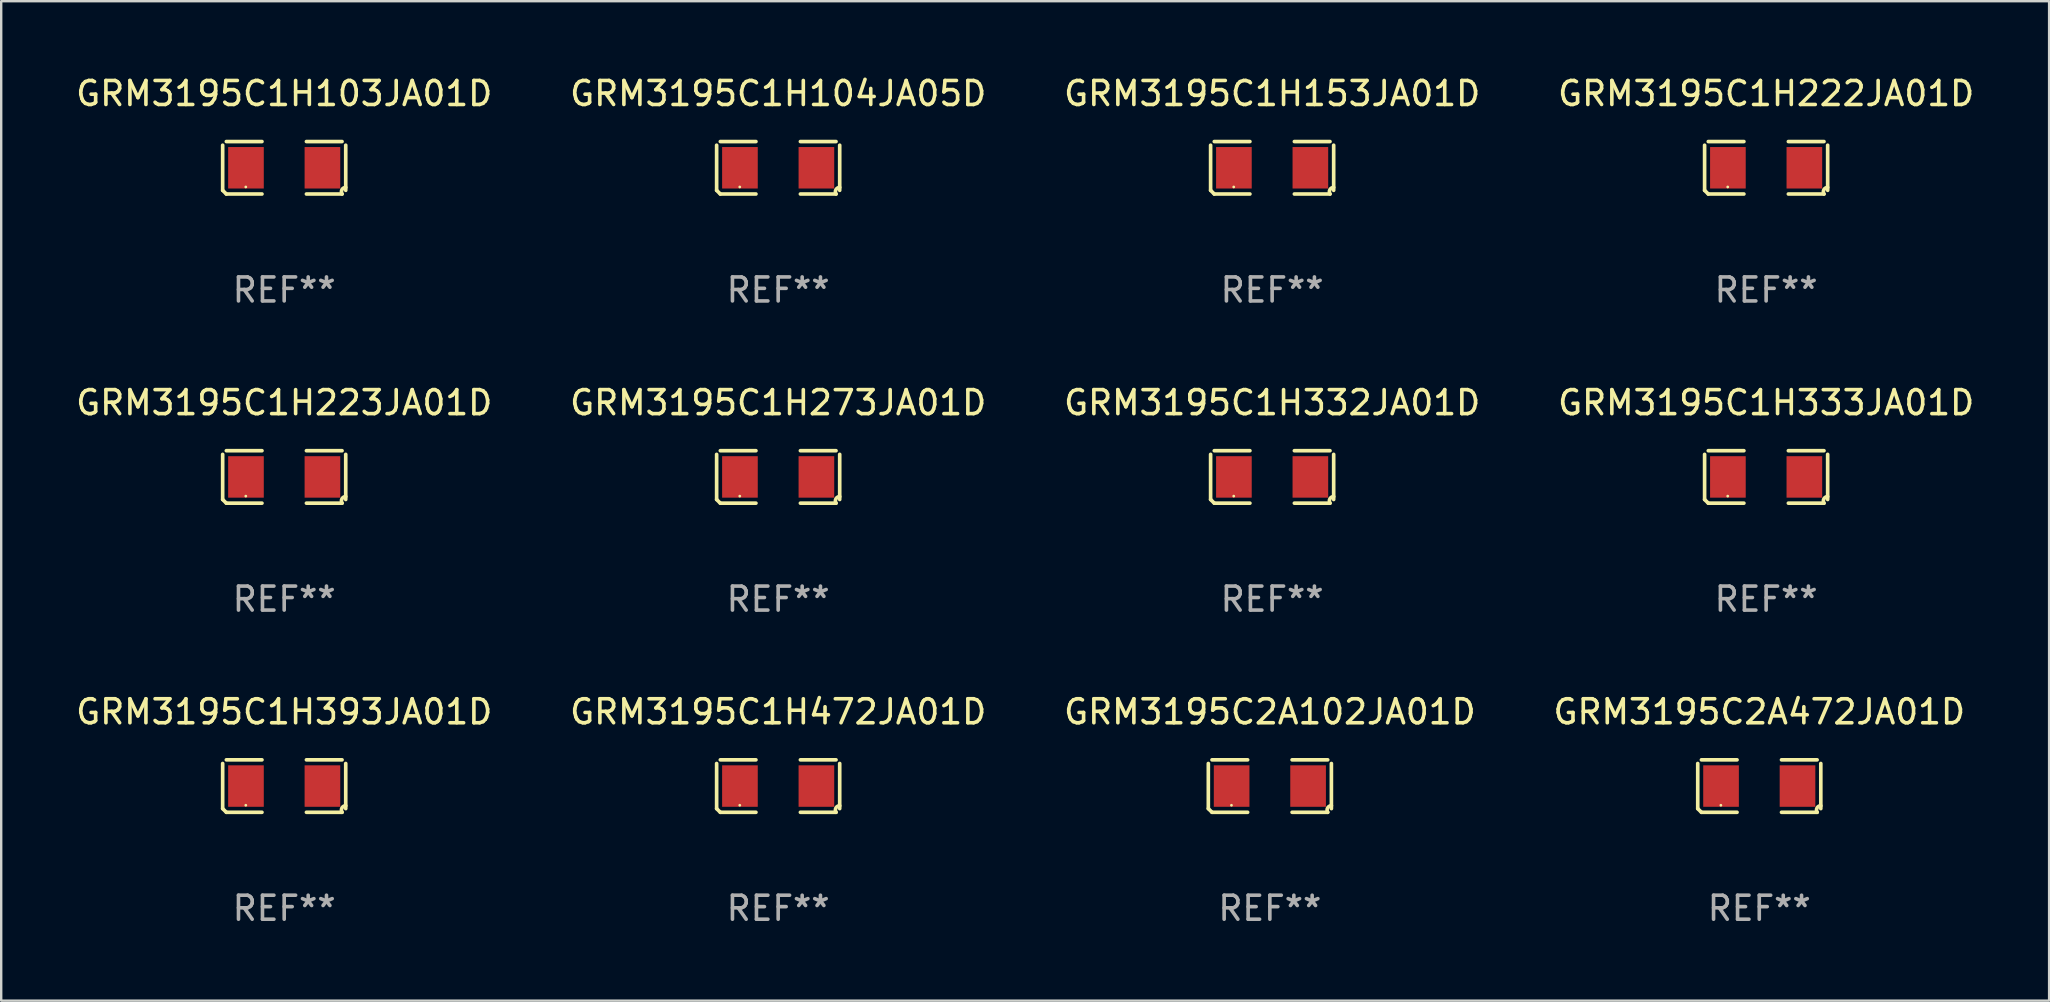
<source format=kicad_pcb>
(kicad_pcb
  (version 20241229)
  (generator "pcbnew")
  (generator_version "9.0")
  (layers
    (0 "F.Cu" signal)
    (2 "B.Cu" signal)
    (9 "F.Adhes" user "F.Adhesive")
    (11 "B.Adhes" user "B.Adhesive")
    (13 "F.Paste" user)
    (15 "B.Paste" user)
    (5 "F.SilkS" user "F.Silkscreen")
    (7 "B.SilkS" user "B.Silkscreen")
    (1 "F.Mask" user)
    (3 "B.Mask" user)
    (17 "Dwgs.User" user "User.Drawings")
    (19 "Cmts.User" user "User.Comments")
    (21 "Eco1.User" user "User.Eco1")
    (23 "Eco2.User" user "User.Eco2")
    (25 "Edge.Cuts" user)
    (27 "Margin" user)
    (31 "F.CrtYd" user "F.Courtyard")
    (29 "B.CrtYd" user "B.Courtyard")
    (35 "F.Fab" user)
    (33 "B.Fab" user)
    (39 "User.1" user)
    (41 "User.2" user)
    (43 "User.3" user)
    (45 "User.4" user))
  (footprint "GRM3195C2A102JA01D"
    (layer "F.Cu")
    (at 49.863 29.704)
    (property "Reference" "GRM3195C2A102JA01D" (at 0 -3.093 0) (layer "F.SilkS") (effects (font (size 1 1) (thickness 0.15))))
    (attr through_hole)
    (fp_line (start -2.564 0.94) (end -2.564 -0.94) (stroke (width 0.152) (type solid)) (layer "F.SilkS"))
    (fp_line (start -2.411 -1.093) (end -0.926 -1.093) (stroke (width 0.152) (type solid)) (layer "F.SilkS"))
    (fp_line (start -0.926 1.093) (end -2.411 1.093) (stroke (width 0.152) (type solid)) (layer "F.SilkS"))
    (fp_line (start 0.926 1.093) (end 2.411 1.093) (stroke (width 0.152) (type solid)) (layer "F.SilkS"))
    (fp_line (start 2.411 -1.093) (end 0.926 -1.093) (stroke (width 0.152) (type solid)) (layer "F.SilkS"))
    (fp_line (start 2.564 0.94) (end 2.564 -0.94) (stroke (width 0.152) (type solid)) (layer "F.SilkS"))
    (fp_arc (start -2.411201 1.092609) (mid -2.487413 1.01642) (end -2.563602 0.940208) (stroke (width 0.1524) (type solid)) (layer "F.SilkS"))
    (fp_arc (start 2.411201 1.092609) (mid 2.407159 0.911226) (end 2.563602 0.819347) (stroke (width 0.1524) (type solid)) (layer "F.SilkS"))
    (fp_circle (center -1.6 0.8) (end -1.57 0.8) (stroke (width 0.06) (type solid)) (fill no) (layer "F.SilkS"))
    (fp_text user "REF**" (at 0 5.093 0) (layer "F.Fab") (effects (font (size 1 1) (thickness 0.15))))
    (pad "1" smd rect (at -1.593 0) (size 1.485 1.728) (layers "F.Cu" "F.Mask" "F.Paste"))
    (pad "2" smd rect (at 1.593 0) (size 1.485 1.728) (layers "F.Cu" "F.Mask" "F.Paste")))
  (footprint "GRM3195C1H333JA01D"
    (layer "F.Cu")
    (at 70.542 16.823)
    (property "Reference" "GRM3195C1H333JA01D" (at 0 -3.093 0) (layer "F.SilkS") (effects (font (size 1 1) (thickness 0.15))))
    (attr through_hole)
    (fp_line (start -2.564 0.94) (end -2.564 -0.94) (stroke (width 0.152) (type solid)) (layer "F.SilkS"))
    (fp_line (start -2.411 -1.093) (end -0.926 -1.093) (stroke (width 0.152) (type solid)) (layer "F.SilkS"))
    (fp_line (start -0.926 1.093) (end -2.411 1.093) (stroke (width 0.152) (type solid)) (layer "F.SilkS"))
    (fp_line (start 0.926 1.093) (end 2.411 1.093) (stroke (width 0.152) (type solid)) (layer "F.SilkS"))
    (fp_line (start 2.411 -1.093) (end 0.926 -1.093) (stroke (width 0.152) (type solid)) (layer "F.SilkS"))
    (fp_line (start 2.564 0.94) (end 2.564 -0.94) (stroke (width 0.152) (type solid)) (layer "F.SilkS"))
    (fp_arc (start -2.411201 1.092609) (mid -2.487413 1.01642) (end -2.563602 0.940208) (stroke (width 0.1524) (type solid)) (layer "F.SilkS"))
    (fp_arc (start 2.411201 1.092609) (mid 2.407159 0.911226) (end 2.563602 0.819347) (stroke (width 0.1524) (type solid)) (layer "F.SilkS"))
    (fp_circle (center -1.6 0.8) (end -1.57 0.8) (stroke (width 0.06) (type solid)) (fill no) (layer "F.SilkS"))
    (fp_text user "REF**" (at 0 5.093 0) (layer "F.Fab") (effects (font (size 1 1) (thickness 0.15))))
    (pad "1" smd rect (at -1.593 0) (size 1.485 1.728) (layers "F.Cu" "F.Mask" "F.Paste"))
    (pad "2" smd rect (at 1.593 0) (size 1.485 1.728) (layers "F.Cu" "F.Mask" "F.Paste")))
  (footprint "GRM3195C1H103JA01D"
    (layer "F.Cu")
    (at 8.792 3.941)
    (property "Reference" "GRM3195C1H103JA01D" (at 0 -3.093 0) (layer "F.SilkS") (effects (font (size 1 1) (thickness 0.15))))
    (attr through_hole)
    (fp_line (start -2.564 0.94) (end -2.564 -0.94) (stroke (width 0.152) (type solid)) (layer "F.SilkS"))
    (fp_line (start -2.411 -1.093) (end -0.926 -1.093) (stroke (width 0.152) (type solid)) (layer "F.SilkS"))
    (fp_line (start -0.926 1.093) (end -2.411 1.093) (stroke (width 0.152) (type solid)) (layer "F.SilkS"))
    (fp_line (start 0.926 1.093) (end 2.411 1.093) (stroke (width 0.152) (type solid)) (layer "F.SilkS"))
    (fp_line (start 2.411 -1.093) (end 0.926 -1.093) (stroke (width 0.152) (type solid)) (layer "F.SilkS"))
    (fp_line (start 2.564 0.94) (end 2.564 -0.94) (stroke (width 0.152) (type solid)) (layer "F.SilkS"))
    (fp_arc (start -2.411201 1.092609) (mid -2.487413 1.01642) (end -2.563602 0.940208) (stroke (width 0.1524) (type solid)) (layer "F.SilkS"))
    (fp_arc (start 2.411201 1.092609) (mid 2.407159 0.911226) (end 2.563602 0.819347) (stroke (width 0.1524) (type solid)) (layer "F.SilkS"))
    (fp_circle (center -1.6 0.8) (end -1.57 0.8) (stroke (width 0.06) (type solid)) (fill no) (layer "F.SilkS"))
    (fp_text user "REF**" (at 0 5.093 0) (layer "F.Fab") (effects (font (size 1 1) (thickness 0.15))))
    (pad "1" smd rect (at -1.593 0) (size 1.485 1.728) (layers "F.Cu" "F.Mask" "F.Paste"))
    (pad "2" smd rect (at 1.593 0) (size 1.485 1.728) (layers "F.Cu" "F.Mask" "F.Paste")))
  (footprint "GRM3195C1H223JA01D"
    (layer "F.Cu")
    (at 8.792 16.823)
    (property "Reference" "GRM3195C1H223JA01D" (at 0 -3.093 0) (layer "F.SilkS") (effects (font (size 1 1) (thickness 0.15))))
    (attr through_hole)
    (fp_line (start -2.564 0.94) (end -2.564 -0.94) (stroke (width 0.152) (type solid)) (layer "F.SilkS"))
    (fp_line (start -2.411 -1.093) (end -0.926 -1.093) (stroke (width 0.152) (type solid)) (layer "F.SilkS"))
    (fp_line (start -0.926 1.093) (end -2.411 1.093) (stroke (width 0.152) (type solid)) (layer "F.SilkS"))
    (fp_line (start 0.926 1.093) (end 2.411 1.093) (stroke (width 0.152) (type solid)) (layer "F.SilkS"))
    (fp_line (start 2.411 -1.093) (end 0.926 -1.093) (stroke (width 0.152) (type solid)) (layer "F.SilkS"))
    (fp_line (start 2.564 0.94) (end 2.564 -0.94) (stroke (width 0.152) (type solid)) (layer "F.SilkS"))
    (fp_arc (start -2.411201 1.092609) (mid -2.487413 1.01642) (end -2.563602 0.940208) (stroke (width 0.1524) (type solid)) (layer "F.SilkS"))
    (fp_arc (start 2.411201 1.092609) (mid 2.407159 0.911226) (end 2.563602 0.819347) (stroke (width 0.1524) (type solid)) (layer "F.SilkS"))
    (fp_circle (center -1.6 0.8) (end -1.57 0.8) (stroke (width 0.06) (type solid)) (fill no) (layer "F.SilkS"))
    (fp_text user "REF**" (at 0 5.093 0) (layer "F.Fab") (effects (font (size 1 1) (thickness 0.15))))
    (pad "1" smd rect (at -1.593 0) (size 1.485 1.728) (layers "F.Cu" "F.Mask" "F.Paste"))
    (pad "2" smd rect (at 1.593 0) (size 1.485 1.728) (layers "F.Cu" "F.Mask" "F.Paste")))
  (footprint "GRM3195C1H472JA01D"
    (layer "F.Cu")
    (at 29.375 29.704)
    (property "Reference" "GRM3195C1H472JA01D" (at 0 -3.093 0) (layer "F.SilkS") (effects (font (size 1 1) (thickness 0.15))))
    (attr through_hole)
    (fp_line (start -2.564 0.94) (end -2.564 -0.94) (stroke (width 0.152) (type solid)) (layer "F.SilkS"))
    (fp_line (start -2.411 -1.093) (end -0.926 -1.093) (stroke (width 0.152) (type solid)) (layer "F.SilkS"))
    (fp_line (start -0.926 1.093) (end -2.411 1.093) (stroke (width 0.152) (type solid)) (layer "F.SilkS"))
    (fp_line (start 0.926 1.093) (end 2.411 1.093) (stroke (width 0.152) (type solid)) (layer "F.SilkS"))
    (fp_line (start 2.411 -1.093) (end 0.926 -1.093) (stroke (width 0.152) (type solid)) (layer "F.SilkS"))
    (fp_line (start 2.564 0.94) (end 2.564 -0.94) (stroke (width 0.152) (type solid)) (layer "F.SilkS"))
    (fp_arc (start -2.411201 1.092609) (mid -2.487413 1.01642) (end -2.563602 0.940208) (stroke (width 0.1524) (type solid)) (layer "F.SilkS"))
    (fp_arc (start 2.411201 1.092609) (mid 2.407159 0.911226) (end 2.563602 0.819347) (stroke (width 0.1524) (type solid)) (layer "F.SilkS"))
    (fp_circle (center -1.6 0.8) (end -1.57 0.8) (stroke (width 0.06) (type solid)) (fill no) (layer "F.SilkS"))
    (fp_text user "REF**" (at 0 5.093 0) (layer "F.Fab") (effects (font (size 1 1) (thickness 0.15))))
    (pad "1" smd rect (at -1.593 0) (size 1.485 1.728) (layers "F.Cu" "F.Mask" "F.Paste"))
    (pad "2" smd rect (at 1.593 0) (size 1.485 1.728) (layers "F.Cu" "F.Mask" "F.Paste")))
  (footprint "GRM3195C1H332JA01D"
    (layer "F.Cu")
    (at 49.958 16.823)
    (property "Reference" "GRM3195C1H332JA01D" (at 0 -3.093 0) (layer "F.SilkS") (effects (font (size 1 1) (thickness 0.15))))
    (attr through_hole)
    (fp_line (start -2.564 0.94) (end -2.564 -0.94) (stroke (width 0.152) (type solid)) (layer "F.SilkS"))
    (fp_line (start -2.411 -1.093) (end -0.926 -1.093) (stroke (width 0.152) (type solid)) (layer "F.SilkS"))
    (fp_line (start -0.926 1.093) (end -2.411 1.093) (stroke (width 0.152) (type solid)) (layer "F.SilkS"))
    (fp_line (start 0.926 1.093) (end 2.411 1.093) (stroke (width 0.152) (type solid)) (layer "F.SilkS"))
    (fp_line (start 2.411 -1.093) (end 0.926 -1.093) (stroke (width 0.152) (type solid)) (layer "F.SilkS"))
    (fp_line (start 2.564 0.94) (end 2.564 -0.94) (stroke (width 0.152) (type solid)) (layer "F.SilkS"))
    (fp_arc (start -2.411201 1.092609) (mid -2.487413 1.01642) (end -2.563602 0.940208) (stroke (width 0.1524) (type solid)) (layer "F.SilkS"))
    (fp_arc (start 2.411201 1.092609) (mid 2.407159 0.911226) (end 2.563602 0.819347) (stroke (width 0.1524) (type solid)) (layer "F.SilkS"))
    (fp_circle (center -1.6 0.8) (end -1.57 0.8) (stroke (width 0.06) (type solid)) (fill no) (layer "F.SilkS"))
    (fp_text user "REF**" (at 0 5.093 0) (layer "F.Fab") (effects (font (size 1 1) (thickness 0.15))))
    (pad "1" smd rect (at -1.593 0) (size 1.485 1.728) (layers "F.Cu" "F.Mask" "F.Paste"))
    (pad "2" smd rect (at 1.593 0) (size 1.485 1.728) (layers "F.Cu" "F.Mask" "F.Paste")))
  (footprint "GRM3195C2A472JA01D"
    (layer "F.Cu")
    (at 70.256 29.704)
    (property "Reference" "GRM3195C2A472JA01D" (at 0 -3.093 0) (layer "F.SilkS") (effects (font (size 1 1) (thickness 0.15))))
    (attr through_hole)
    (fp_line (start -2.564 0.94) (end -2.564 -0.94) (stroke (width 0.152) (type solid)) (layer "F.SilkS"))
    (fp_line (start -2.411 -1.093) (end -0.926 -1.093) (stroke (width 0.152) (type solid)) (layer "F.SilkS"))
    (fp_line (start -0.926 1.093) (end -2.411 1.093) (stroke (width 0.152) (type solid)) (layer "F.SilkS"))
    (fp_line (start 0.926 1.093) (end 2.411 1.093) (stroke (width 0.152) (type solid)) (layer "F.SilkS"))
    (fp_line (start 2.411 -1.093) (end 0.926 -1.093) (stroke (width 0.152) (type solid)) (layer "F.SilkS"))
    (fp_line (start 2.564 0.94) (end 2.564 -0.94) (stroke (width 0.152) (type solid)) (layer "F.SilkS"))
    (fp_arc (start -2.411201 1.092609) (mid -2.487413 1.01642) (end -2.563602 0.940208) (stroke (width 0.1524) (type solid)) (layer "F.SilkS"))
    (fp_arc (start 2.411201 1.092609) (mid 2.407159 0.911226) (end 2.563602 0.819347) (stroke (width 0.1524) (type solid)) (layer "F.SilkS"))
    (fp_circle (center -1.6 0.8) (end -1.57 0.8) (stroke (width 0.06) (type solid)) (fill no) (layer "F.SilkS"))
    (fp_text user "REF**" (at 0 5.093 0) (layer "F.Fab") (effects (font (size 1 1) (thickness 0.15))))
    (pad "1" smd rect (at -1.593 0) (size 1.485 1.728) (layers "F.Cu" "F.Mask" "F.Paste"))
    (pad "2" smd rect (at 1.593 0) (size 1.485 1.728) (layers "F.Cu" "F.Mask" "F.Paste")))
  (footprint "GRM3195C1H393JA01D"
    (layer "F.Cu")
    (at 8.792 29.704)
    (property "Reference" "GRM3195C1H393JA01D" (at 0 -3.093 0) (layer "F.SilkS") (effects (font (size 1 1) (thickness 0.15))))
    (attr through_hole)
    (fp_line (start -2.564 0.94) (end -2.564 -0.94) (stroke (width 0.152) (type solid)) (layer "F.SilkS"))
    (fp_line (start -2.411 -1.093) (end -0.926 -1.093) (stroke (width 0.152) (type solid)) (layer "F.SilkS"))
    (fp_line (start -0.926 1.093) (end -2.411 1.093) (stroke (width 0.152) (type solid)) (layer "F.SilkS"))
    (fp_line (start 0.926 1.093) (end 2.411 1.093) (stroke (width 0.152) (type solid)) (layer "F.SilkS"))
    (fp_line (start 2.411 -1.093) (end 0.926 -1.093) (stroke (width 0.152) (type solid)) (layer "F.SilkS"))
    (fp_line (start 2.564 0.94) (end 2.564 -0.94) (stroke (width 0.152) (type solid)) (layer "F.SilkS"))
    (fp_arc (start -2.411201 1.092609) (mid -2.487413 1.01642) (end -2.563602 0.940208) (stroke (width 0.1524) (type solid)) (layer "F.SilkS"))
    (fp_arc (start 2.411201 1.092609) (mid 2.407159 0.911226) (end 2.563602 0.819347) (stroke (width 0.1524) (type solid)) (layer "F.SilkS"))
    (fp_circle (center -1.6 0.8) (end -1.57 0.8) (stroke (width 0.06) (type solid)) (fill no) (layer "F.SilkS"))
    (fp_text user "REF**" (at 0 5.093 0) (layer "F.Fab") (effects (font (size 1 1) (thickness 0.15))))
    (pad "1" smd rect (at -1.593 0) (size 1.485 1.728) (layers "F.Cu" "F.Mask" "F.Paste"))
    (pad "2" smd rect (at 1.593 0) (size 1.485 1.728) (layers "F.Cu" "F.Mask" "F.Paste")))
  (footprint "GRM3195C1H273JA01D"
    (layer "F.Cu")
    (at 29.375 16.823)
    (property "Reference" "GRM3195C1H273JA01D" (at 0 -3.093 0) (layer "F.SilkS") (effects (font (size 1 1) (thickness 0.15))))
    (attr through_hole)
    (fp_line (start -2.564 0.94) (end -2.564 -0.94) (stroke (width 0.152) (type solid)) (layer "F.SilkS"))
    (fp_line (start -2.411 -1.093) (end -0.926 -1.093) (stroke (width 0.152) (type solid)) (layer "F.SilkS"))
    (fp_line (start -0.926 1.093) (end -2.411 1.093) (stroke (width 0.152) (type solid)) (layer "F.SilkS"))
    (fp_line (start 0.926 1.093) (end 2.411 1.093) (stroke (width 0.152) (type solid)) (layer "F.SilkS"))
    (fp_line (start 2.411 -1.093) (end 0.926 -1.093) (stroke (width 0.152) (type solid)) (layer "F.SilkS"))
    (fp_line (start 2.564 0.94) (end 2.564 -0.94) (stroke (width 0.152) (type solid)) (layer "F.SilkS"))
    (fp_arc (start -2.411201 1.092609) (mid -2.487413 1.01642) (end -2.563602 0.940208) (stroke (width 0.1524) (type solid)) (layer "F.SilkS"))
    (fp_arc (start 2.411201 1.092609) (mid 2.407159 0.911226) (end 2.563602 0.819347) (stroke (width 0.1524) (type solid)) (layer "F.SilkS"))
    (fp_circle (center -1.6 0.8) (end -1.57 0.8) (stroke (width 0.06) (type solid)) (fill no) (layer "F.SilkS"))
    (fp_text user "REF**" (at 0 5.093 0) (layer "F.Fab") (effects (font (size 1 1) (thickness 0.15))))
    (pad "1" smd rect (at -1.593 0) (size 1.485 1.728) (layers "F.Cu" "F.Mask" "F.Paste"))
    (pad "2" smd rect (at 1.593 0) (size 1.485 1.728) (layers "F.Cu" "F.Mask" "F.Paste")))
  (footprint "GRM3195C1H153JA01D"
    (layer "F.Cu")
    (at 49.958 3.941)
    (property "Reference" "GRM3195C1H153JA01D" (at 0 -3.093 0) (layer "F.SilkS") (effects (font (size 1 1) (thickness 0.15))))
    (attr through_hole)
    (fp_line (start -2.564 0.94) (end -2.564 -0.94) (stroke (width 0.152) (type solid)) (layer "F.SilkS"))
    (fp_line (start -2.411 -1.093) (end -0.926 -1.093) (stroke (width 0.152) (type solid)) (layer "F.SilkS"))
    (fp_line (start -0.926 1.093) (end -2.411 1.093) (stroke (width 0.152) (type solid)) (layer "F.SilkS"))
    (fp_line (start 0.926 1.093) (end 2.411 1.093) (stroke (width 0.152) (type solid)) (layer "F.SilkS"))
    (fp_line (start 2.411 -1.093) (end 0.926 -1.093) (stroke (width 0.152) (type solid)) (layer "F.SilkS"))
    (fp_line (start 2.564 0.94) (end 2.564 -0.94) (stroke (width 0.152) (type solid)) (layer "F.SilkS"))
    (fp_arc (start -2.411201 1.092609) (mid -2.487413 1.01642) (end -2.563602 0.940208) (stroke (width 0.1524) (type solid)) (layer "F.SilkS"))
    (fp_arc (start 2.411201 1.092609) (mid 2.407159 0.911226) (end 2.563602 0.819347) (stroke (width 0.1524) (type solid)) (layer "F.SilkS"))
    (fp_circle (center -1.6 0.8) (end -1.57 0.8) (stroke (width 0.06) (type solid)) (fill no) (layer "F.SilkS"))
    (fp_text user "REF**" (at 0 5.093 0) (layer "F.Fab") (effects (font (size 1 1) (thickness 0.15))))
    (pad "1" smd rect (at -1.593 0) (size 1.485 1.728) (layers "F.Cu" "F.Mask" "F.Paste"))
    (pad "2" smd rect (at 1.593 0) (size 1.485 1.728) (layers "F.Cu" "F.Mask" "F.Paste")))
  (footprint "GRM3195C1H222JA01D"
    (layer "F.Cu")
    (at 70.542 3.941)
    (property "Reference" "GRM3195C1H222JA01D" (at 0 -3.093 0) (layer "F.SilkS") (effects (font (size 1 1) (thickness 0.15))))
    (attr through_hole)
    (fp_line (start -2.564 0.94) (end -2.564 -0.94) (stroke (width 0.152) (type solid)) (layer "F.SilkS"))
    (fp_line (start -2.411 -1.093) (end -0.926 -1.093) (stroke (width 0.152) (type solid)) (layer "F.SilkS"))
    (fp_line (start -0.926 1.093) (end -2.411 1.093) (stroke (width 0.152) (type solid)) (layer "F.SilkS"))
    (fp_line (start 0.926 1.093) (end 2.411 1.093) (stroke (width 0.152) (type solid)) (layer "F.SilkS"))
    (fp_line (start 2.411 -1.093) (end 0.926 -1.093) (stroke (width 0.152) (type solid)) (layer "F.SilkS"))
    (fp_line (start 2.564 0.94) (end 2.564 -0.94) (stroke (width 0.152) (type solid)) (layer "F.SilkS"))
    (fp_arc (start -2.411201 1.092609) (mid -2.487413 1.01642) (end -2.563602 0.940208) (stroke (width 0.1524) (type solid)) (layer "F.SilkS"))
    (fp_arc (start 2.411201 1.092609) (mid 2.407159 0.911226) (end 2.563602 0.819347) (stroke (width 0.1524) (type solid)) (layer "F.SilkS"))
    (fp_circle (center -1.6 0.8) (end -1.57 0.8) (stroke (width 0.06) (type solid)) (fill no) (layer "F.SilkS"))
    (fp_text user "REF**" (at 0 5.093 0) (layer "F.Fab") (effects (font (size 1 1) (thickness 0.15))))
    (pad "1" smd rect (at -1.593 0) (size 1.485 1.728) (layers "F.Cu" "F.Mask" "F.Paste"))
    (pad "2" smd rect (at 1.593 0) (size 1.485 1.728) (layers "F.Cu" "F.Mask" "F.Paste")))
  (footprint "GRM3195C1H104JA05D"
    (layer "F.Cu")
    (at 29.375 3.941)
    (property "Reference" "GRM3195C1H104JA05D" (at 0 -3.093 0) (layer "F.SilkS") (effects (font (size 1 1) (thickness 0.15))))
    (attr through_hole)
    (fp_line (start -2.564 0.94) (end -2.564 -0.94) (stroke (width 0.152) (type solid)) (layer "F.SilkS"))
    (fp_line (start -2.411 -1.093) (end -0.926 -1.093) (stroke (width 0.152) (type solid)) (layer "F.SilkS"))
    (fp_line (start -0.926 1.093) (end -2.411 1.093) (stroke (width 0.152) (type solid)) (layer "F.SilkS"))
    (fp_line (start 0.926 1.093) (end 2.411 1.093) (stroke (width 0.152) (type solid)) (layer "F.SilkS"))
    (fp_line (start 2.411 -1.093) (end 0.926 -1.093) (stroke (width 0.152) (type solid)) (layer "F.SilkS"))
    (fp_line (start 2.564 0.94) (end 2.564 -0.94) (stroke (width 0.152) (type solid)) (layer "F.SilkS"))
    (fp_arc (start -2.411201 1.092609) (mid -2.487413 1.01642) (end -2.563602 0.940208) (stroke (width 0.1524) (type solid)) (layer "F.SilkS"))
    (fp_arc (start 2.411201 1.092609) (mid 2.407159 0.911226) (end 2.563602 0.819347) (stroke (width 0.1524) (type solid)) (layer "F.SilkS"))
    (fp_circle (center -1.6 0.8) (end -1.57 0.8) (stroke (width 0.06) (type solid)) (fill no) (layer "F.SilkS"))
    (fp_text user "REF**" (at 0 5.093 0) (layer "F.Fab") (effects (font (size 1 1) (thickness 0.15))))
    (pad "1" smd rect (at -1.593 0) (size 1.485 1.728) (layers "F.Cu" "F.Mask" "F.Paste"))
    (pad "2" smd rect (at 1.593 0) (size 1.485 1.728) (layers "F.Cu" "F.Mask" "F.Paste")))
  (gr_rect
    (start -3 -3)
    (end 82.333 38.645)
    (stroke (width 0.1) (type default))
    (fill no)
    (layer "Edge.Cuts")))
</source>
